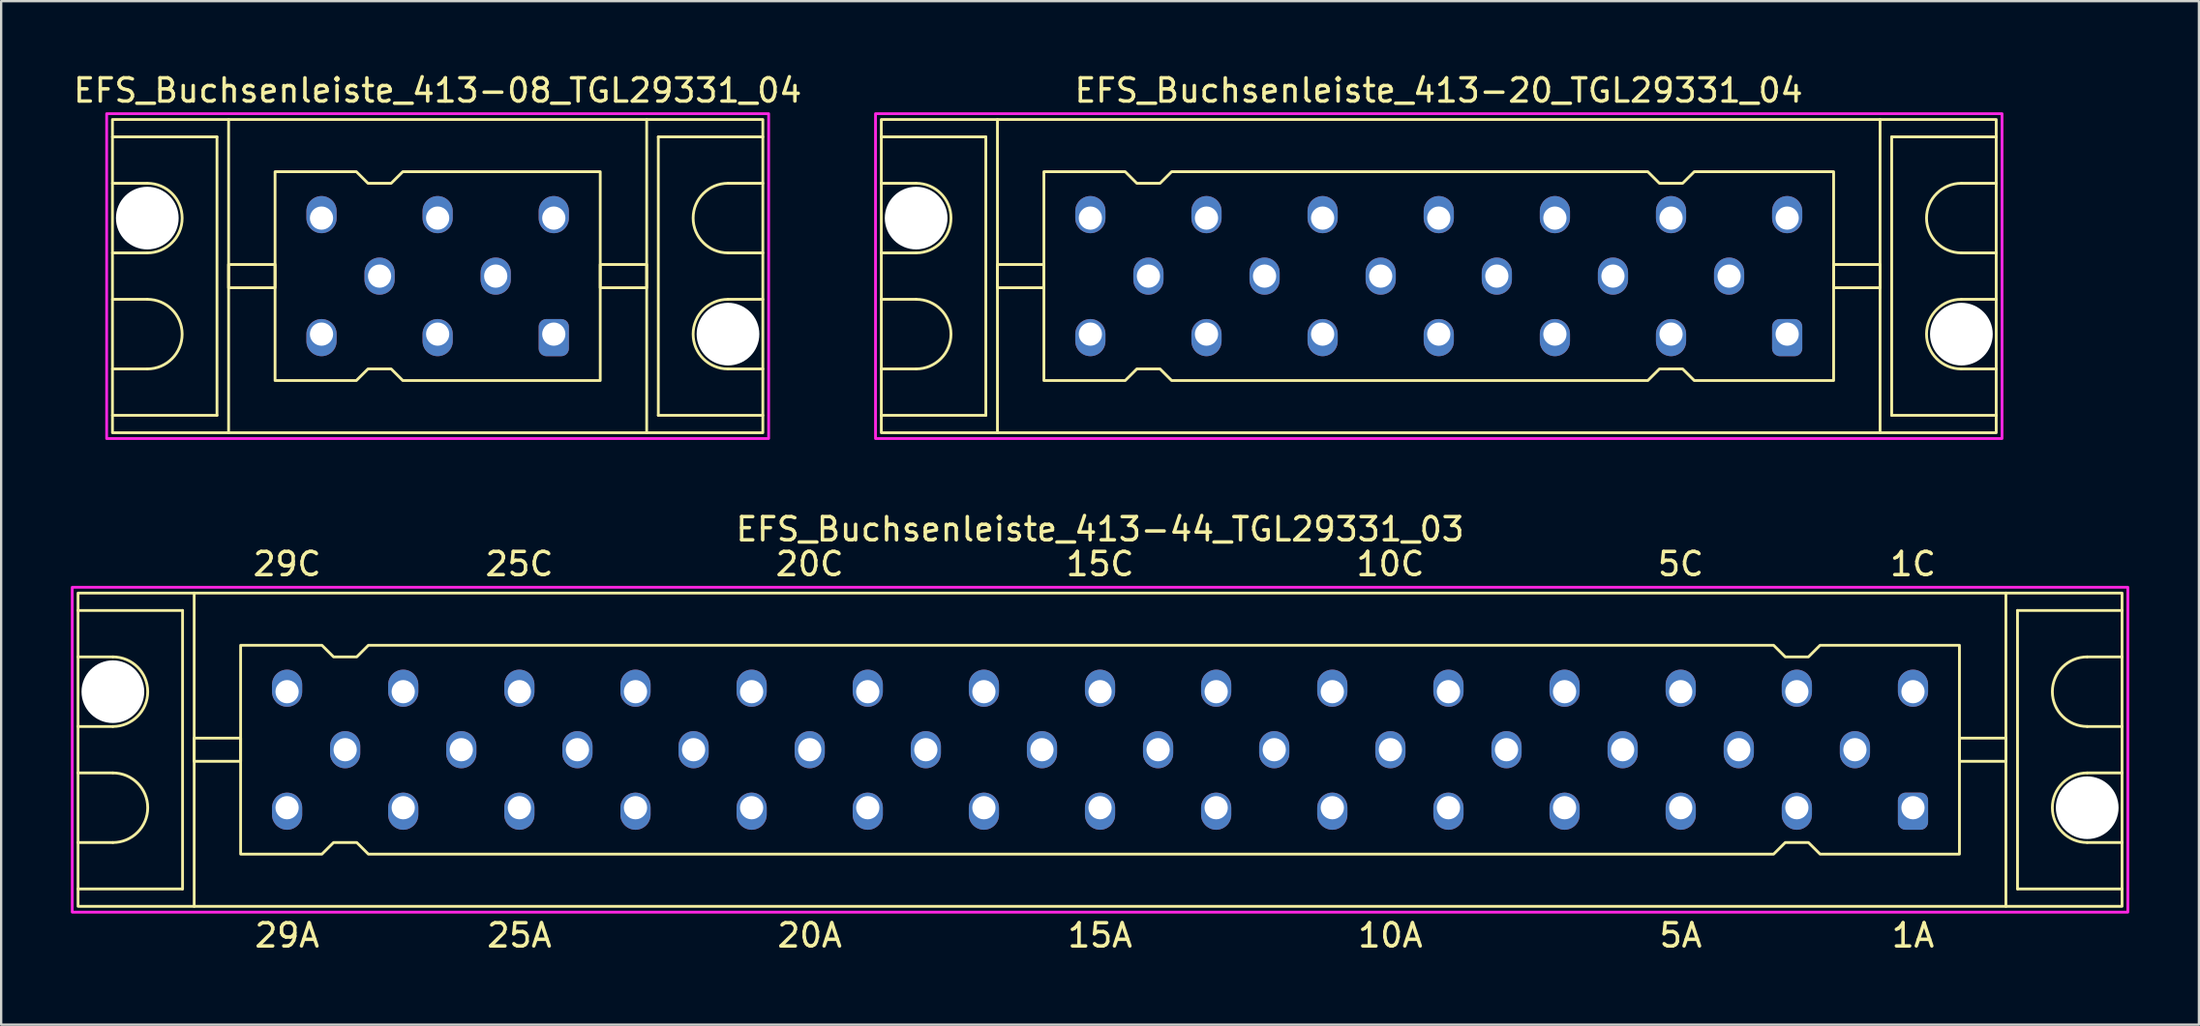
<source format=kicad_pcb>
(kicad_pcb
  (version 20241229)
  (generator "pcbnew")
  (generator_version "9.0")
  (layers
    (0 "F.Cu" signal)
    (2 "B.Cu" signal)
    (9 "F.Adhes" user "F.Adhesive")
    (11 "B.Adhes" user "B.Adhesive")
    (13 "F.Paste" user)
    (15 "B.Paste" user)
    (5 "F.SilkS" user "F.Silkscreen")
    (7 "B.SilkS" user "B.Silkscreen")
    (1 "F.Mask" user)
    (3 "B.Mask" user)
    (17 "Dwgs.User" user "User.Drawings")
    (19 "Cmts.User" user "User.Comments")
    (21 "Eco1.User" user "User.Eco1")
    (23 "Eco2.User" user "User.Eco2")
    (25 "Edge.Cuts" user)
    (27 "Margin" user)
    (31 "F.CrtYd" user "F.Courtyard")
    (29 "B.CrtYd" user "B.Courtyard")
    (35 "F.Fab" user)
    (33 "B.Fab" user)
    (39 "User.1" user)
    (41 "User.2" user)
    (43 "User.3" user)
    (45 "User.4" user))
  (footprint "EFS_Buchsenleiste_413-20_TGL29331_04"
    (layer "F.Cu")
    (at 58.893 8.848)
    (property "Reference" "EFS_Buchsenleiste_413-20_TGL29331_04" (at 0 -8 180) (layer "F.SilkS") (effects (font (size 1 1) (thickness 0.15))))
    (attr through_hole)
    (fp_line (start -24 -6) (end -19.5 -6) (stroke (width 0.12) (type solid)) (layer "F.SilkS"))
    (fp_line (start -22.5 -4) (end -24 -4) (stroke (width 0.12) (type solid)) (layer "F.SilkS"))
    (fp_line (start -22.5 -1) (end -24 -1) (stroke (width 0.12) (type solid)) (layer "F.SilkS"))
    (fp_line (start -22.5 1) (end -24 1) (stroke (width 0.12) (type solid)) (layer "F.SilkS"))
    (fp_line (start -22.5 4) (end -24 4) (stroke (width 0.12) (type solid)) (layer "F.SilkS"))
    (fp_line (start -19.5 -6) (end -19.5 6) (stroke (width 0.12) (type solid)) (layer "F.SilkS"))
    (fp_line (start -19.5 6) (end -24 6) (stroke (width 0.12) (type solid)) (layer "F.SilkS"))
    (fp_line (start -19 6.75) (end -19 -6.75) (stroke (width 0.12) (type solid)) (layer "F.SilkS"))
    (fp_line (start 19 6.75) (end 19 -6.75) (stroke (width 0.12) (type solid)) (layer "F.SilkS"))
    (fp_line (start 19.5 -6) (end 19.5 6) (stroke (width 0.12) (type solid)) (layer "F.SilkS"))
    (fp_line (start 19.5 6) (end 24 6) (stroke (width 0.12) (type solid)) (layer "F.SilkS"))
    (fp_line (start 22.5 -4) (end 24 -4) (stroke (width 0.12) (type solid)) (layer "F.SilkS"))
    (fp_line (start 22.5 -1) (end 24 -1) (stroke (width 0.12) (type solid)) (layer "F.SilkS"))
    (fp_line (start 22.5 1) (end 24 1) (stroke (width 0.12) (type solid)) (layer "F.SilkS"))
    (fp_line (start 22.5 4) (end 24 4) (stroke (width 0.12) (type solid)) (layer "F.SilkS"))
    (fp_line (start 24 -6) (end 19.5 -6) (stroke (width 0.12) (type solid)) (layer "F.SilkS"))
    (fp_rect (start -24 -6.75) (end 24 6.75) (stroke (width 0.12) (type solid)) (fill no) (layer "F.SilkS"))
    (fp_rect (start -19 -0.5) (end -17 0.5) (stroke (width 0.12) (type solid)) (fill no) (layer "F.SilkS"))
    (fp_rect (start 19 -0.5) (end 17 0.5) (stroke (width 0.12) (type solid)) (fill no) (layer "F.SilkS"))
    (fp_arc (start -22.5 -4) (mid -21 -2.5) (end -22.5 -1) (stroke (width 0.12) (type solid)) (layer "F.SilkS"))
    (fp_arc (start -22.5 1) (mid -21 2.5) (end -22.5 4) (stroke (width 0.12) (type solid)) (layer "F.SilkS"))
    (fp_arc (start 22.5 -1) (mid 21 -2.5) (end 22.5 -4) (stroke (width 0.12) (type solid)) (layer "F.SilkS"))
    (fp_arc (start 22.5 4) (mid 21 2.5) (end 22.5 1) (stroke (width 0.12) (type solid)) (layer "F.SilkS"))
    (fp_poly (pts (xy -13 -4) (xy -12 -4) (xy -11.5 -4.5) (xy 9 -4.5) (xy 9.5 -4) (xy 10.5 -4) (xy 11 -4.5) (xy 17 -4.5) (xy 17 4.5) (xy 11 4.5) (xy 10.5 4) (xy 9.5 4) (xy 9 4.5) (xy -11.5 4.5) (xy -12 4) (xy -13 4) (xy -13.5 4.5) (xy -17 4.5) (xy -17 -4.5) (xy -13.5 -4.5)) (stroke (width 0.12) (type solid)) (fill no) (layer "F.SilkS"))
    (fp_rect (start -24.25 -7) (end 24.25 7) (stroke (width 0.12) (type solid)) (fill no) (layer "F.CrtYd"))
    (pad "" np_thru_hole circle (at -22.5 -2.5) (size 2.7 2.7) (drill 2.7) (layers "*.Cu" "*.Mask"))
    (pad "" np_thru_hole circle (at 22.5 2.5) (size 2.7 2.7) (drill 2.7) (layers "*.Cu" "*.Mask"))
    (pad "1a" thru_hole roundrect (at 15 2.5 180) (size 1.3 1.6) (drill 1 (offset 0 -0.15)) (layers "*.Cu" "*.Mask") (roundrect_rratio 0.25))
    (pad "1c" thru_hole oval (at 15 -2.5 180) (size 1.3 1.6) (drill 1 (offset 0 0.15)) (layers "*.Cu" "*.Mask"))
    (pad "2b" thru_hole oval (at 12.5 0 180) (size 1.3 1.6) (drill 1) (layers "*.Cu" "*.Mask"))
    (pad "3a" thru_hole oval (at 10 2.5 180) (size 1.3 1.6) (drill 1 (offset 0 -0.15)) (layers "*.Cu" "*.Mask"))
    (pad "3c" thru_hole oval (at 10 -2.5 180) (size 1.3 1.6) (drill 1 (offset 0 0.15)) (layers "*.Cu" "*.Mask"))
    (pad "4b" thru_hole oval (at 7.5 0 180) (size 1.3 1.6) (drill 1) (layers "*.Cu" "*.Mask"))
    (pad "5a" thru_hole oval (at 5 2.5 180) (size 1.3 1.6) (drill 1 (offset 0 -0.15)) (layers "*.Cu" "*.Mask"))
    (pad "5c" thru_hole oval (at 5 -2.5 180) (size 1.3 1.6) (drill 1 (offset 0 0.15)) (layers "*.Cu" "*.Mask"))
    (pad "6b" thru_hole oval (at 2.5 0 180) (size 1.3 1.6) (drill 1) (layers "*.Cu" "*.Mask"))
    (pad "7a" thru_hole oval (at 0 2.5 180) (size 1.3 1.6) (drill 1 (offset 0 -0.15)) (layers "*.Cu" "*.Mask"))
    (pad "7c" thru_hole oval (at 0 -2.5 180) (size 1.3 1.6) (drill 1 (offset 0 0.15)) (layers "*.Cu" "*.Mask"))
    (pad "8b" thru_hole oval (at -2.5 0 180) (size 1.3 1.6) (drill 1) (layers "*.Cu" "*.Mask"))
    (pad "9a" thru_hole oval (at -5 2.5 180) (size 1.3 1.6) (drill 1 (offset 0 -0.15)) (layers "*.Cu" "*.Mask"))
    (pad "9c" thru_hole oval (at -5 -2.5 180) (size 1.3 1.6) (drill 1 (offset 0 0.15)) (layers "*.Cu" "*.Mask"))
    (pad "10b" thru_hole oval (at -7.5 0 180) (size 1.3 1.6) (drill 1) (layers "*.Cu" "*.Mask"))
    (pad "11a" thru_hole oval (at -10 2.5 180) (size 1.3 1.6) (drill 1 (offset 0 -0.15)) (layers "*.Cu" "*.Mask"))
    (pad "11c" thru_hole oval (at -10 -2.5 180) (size 1.3 1.6) (drill 1 (offset 0 0.15)) (layers "*.Cu" "*.Mask"))
    (pad "12b" thru_hole oval (at -12.5 0 180) (size 1.3 1.6) (drill 1) (layers "*.Cu" "*.Mask"))
    (pad "13a" thru_hole oval (at -15 2.5 180) (size 1.3 1.6) (drill 1 (offset 0 -0.15)) (layers "*.Cu" "*.Mask"))
    (pad "13c" thru_hole oval (at -15 -2.5 180) (size 1.3 1.6) (drill 1 (offset 0 0.15)) (layers "*.Cu" "*.Mask")))
  (footprint "EFS_Buchsenleiste_413-08_TGL29331_04"
    (layer "F.Cu")
    (at 15.792 8.848)
    (property "Reference" "EFS_Buchsenleiste_413-08_TGL29331_04" (at 0 -8 180) (layer "F.SilkS") (effects (font (size 1 1) (thickness 0.15))))
    (attr through_hole)
    (fp_line (start -14 -6) (end -9.5 -6) (stroke (width 0.12) (type solid)) (layer "F.SilkS"))
    (fp_line (start -12.5 -4) (end -14 -4) (stroke (width 0.12) (type solid)) (layer "F.SilkS"))
    (fp_line (start -12.5 -1) (end -14 -1) (stroke (width 0.12) (type solid)) (layer "F.SilkS"))
    (fp_line (start -12.5 1) (end -14 1) (stroke (width 0.12) (type solid)) (layer "F.SilkS"))
    (fp_line (start -12.5 4) (end -14 4) (stroke (width 0.12) (type solid)) (layer "F.SilkS"))
    (fp_line (start -9.5 -6) (end -9.5 6) (stroke (width 0.12) (type solid)) (layer "F.SilkS"))
    (fp_line (start -9.5 6) (end -14 6) (stroke (width 0.12) (type solid)) (layer "F.SilkS"))
    (fp_line (start -9 6.75) (end -9 -6.75) (stroke (width 0.12) (type solid)) (layer "F.SilkS"))
    (fp_line (start 9 6.75) (end 9 -6.75) (stroke (width 0.12) (type solid)) (layer "F.SilkS"))
    (fp_line (start 9.5 -6) (end 9.5 6) (stroke (width 0.12) (type solid)) (layer "F.SilkS"))
    (fp_line (start 9.5 6) (end 14 6) (stroke (width 0.12) (type solid)) (layer "F.SilkS"))
    (fp_line (start 12.5 -4) (end 14 -4) (stroke (width 0.12) (type solid)) (layer "F.SilkS"))
    (fp_line (start 12.5 -1) (end 14 -1) (stroke (width 0.12) (type solid)) (layer "F.SilkS"))
    (fp_line (start 12.5 1) (end 14 1) (stroke (width 0.12) (type solid)) (layer "F.SilkS"))
    (fp_line (start 12.5 4) (end 14 4) (stroke (width 0.12) (type solid)) (layer "F.SilkS"))
    (fp_line (start 14 -6) (end 9.5 -6) (stroke (width 0.12) (type solid)) (layer "F.SilkS"))
    (fp_rect (start -14 -6.75) (end 14 6.75) (stroke (width 0.12) (type solid)) (fill no) (layer "F.SilkS"))
    (fp_rect (start -9 -0.5) (end -7 0.5) (stroke (width 0.12) (type solid)) (fill no) (layer "F.SilkS"))
    (fp_rect (start 9 -0.5) (end 7 0.5) (stroke (width 0.12) (type solid)) (fill no) (layer "F.SilkS"))
    (fp_arc (start -12.5 -4) (mid -11 -2.5) (end -12.5 -1) (stroke (width 0.12) (type solid)) (layer "F.SilkS"))
    (fp_arc (start -12.5 1) (mid -11 2.5) (end -12.5 4) (stroke (width 0.12) (type solid)) (layer "F.SilkS"))
    (fp_arc (start 12.5 -1) (mid 11 -2.5) (end 12.5 -4) (stroke (width 0.12) (type solid)) (layer "F.SilkS"))
    (fp_arc (start 12.5 4) (mid 11 2.5) (end 12.5 1) (stroke (width 0.12) (type solid)) (layer "F.SilkS"))
    (fp_poly (pts (xy -3 -4) (xy -2 -4) (xy -1.5 -4.5) (xy 7 -4.5) (xy 7 4.5) (xy -1.5 4.5) (xy -2 4) (xy -3 4) (xy -3.5 4.5) (xy -7 4.5) (xy -7 -4.5) (xy -3.5 -4.5)) (stroke (width 0.12) (type solid)) (fill no) (layer "F.SilkS"))
    (fp_rect (start -14.25 -7) (end 14.25 7) (stroke (width 0.12) (type solid)) (fill no) (layer "F.CrtYd"))
    (pad "" np_thru_hole circle (at -12.5 -2.5) (size 2.7 2.7) (drill 2.7) (layers "*.Cu" "*.Mask"))
    (pad "" np_thru_hole circle (at 12.5 2.5) (size 2.7 2.7) (drill 2.7) (layers "*.Cu" "*.Mask"))
    (pad "1a" thru_hole roundrect (at 5 2.5 180) (size 1.3 1.6) (drill 1 (offset 0 -0.15)) (layers "*.Cu" "*.Mask") (roundrect_rratio 0.25))
    (pad "1c" thru_hole oval (at 5 -2.5 180) (size 1.3 1.6) (drill 1 (offset 0 0.15)) (layers "*.Cu" "*.Mask"))
    (pad "2b" thru_hole oval (at 2.5 0 180) (size 1.3 1.6) (drill 1) (layers "*.Cu" "*.Mask"))
    (pad "3a" thru_hole oval (at 0 2.5 180) (size 1.3 1.6) (drill 1 (offset 0 -0.15)) (layers "*.Cu" "*.Mask"))
    (pad "3c" thru_hole oval (at 0 -2.5 180) (size 1.3 1.6) (drill 1 (offset 0 0.15)) (layers "*.Cu" "*.Mask"))
    (pad "4b" thru_hole oval (at -2.5 0 180) (size 1.3 1.6) (drill 1) (layers "*.Cu" "*.Mask"))
    (pad "5a" thru_hole oval (at -5 2.5 180) (size 1.3 1.6) (drill 1 (offset 0 -0.15)) (layers "*.Cu" "*.Mask"))
    (pad "5c" thru_hole oval (at -5 -2.5 180) (size 1.3 1.6) (drill 1 (offset 0 0.15)) (layers "*.Cu" "*.Mask")))
  (footprint "EFS_Buchsenleiste_413-44_TGL29331_03"
    (layer "F.Cu")
    (at 44.31 29.256)
    (property "Reference" "EFS_Buchsenleiste_413-44_TGL29331_03" (at 0 -9.5 180) (layer "F.SilkS") (effects (font (size 1 1) (thickness 0.15))))
    (attr through_hole)
    (fp_line (start -44 -6) (end -39.5 -6) (stroke (width 0.12) (type solid)) (layer "F.SilkS"))
    (fp_line (start -42.5 -4) (end -44 -4) (stroke (width 0.12) (type solid)) (layer "F.SilkS"))
    (fp_line (start -42.5 -1) (end -44 -1) (stroke (width 0.12) (type solid)) (layer "F.SilkS"))
    (fp_line (start -42.5 1) (end -44 1) (stroke (width 0.12) (type solid)) (layer "F.SilkS"))
    (fp_line (start -42.5 4) (end -44 4) (stroke (width 0.12) (type solid)) (layer "F.SilkS"))
    (fp_line (start -39.5 -6) (end -39.5 6) (stroke (width 0.12) (type solid)) (layer "F.SilkS"))
    (fp_line (start -39.5 6) (end -44 6) (stroke (width 0.12) (type solid)) (layer "F.SilkS"))
    (fp_line (start -39 6.75) (end -39 -6.75) (stroke (width 0.12) (type solid)) (layer "F.SilkS"))
    (fp_line (start 39 6.75) (end 39 -6.75) (stroke (width 0.12) (type solid)) (layer "F.SilkS"))
    (fp_line (start 39.5 -6) (end 39.5 6) (stroke (width 0.12) (type solid)) (layer "F.SilkS"))
    (fp_line (start 39.5 6) (end 44 6) (stroke (width 0.12) (type solid)) (layer "F.SilkS"))
    (fp_line (start 42.5 -4) (end 44 -4) (stroke (width 0.12) (type solid)) (layer "F.SilkS"))
    (fp_line (start 42.5 -1) (end 44 -1) (stroke (width 0.12) (type solid)) (layer "F.SilkS"))
    (fp_line (start 42.5 1) (end 44 1) (stroke (width 0.12) (type solid)) (layer "F.SilkS"))
    (fp_line (start 42.5 4) (end 44 4) (stroke (width 0.12) (type solid)) (layer "F.SilkS"))
    (fp_line (start 44 -6) (end 39.5 -6) (stroke (width 0.12) (type solid)) (layer "F.SilkS"))
    (fp_rect (start -44 -6.75) (end 44 6.75) (stroke (width 0.12) (type solid)) (fill no) (layer "F.SilkS"))
    (fp_rect (start -39 -0.5) (end -37 0.5) (stroke (width 0.12) (type solid)) (fill no) (layer "F.SilkS"))
    (fp_rect (start 39 -0.5) (end 37 0.5) (stroke (width 0.12) (type solid)) (fill no) (layer "F.SilkS"))
    (fp_arc (start -42.5 -4) (mid -41 -2.5) (end -42.5 -1) (stroke (width 0.12) (type solid)) (layer "F.SilkS"))
    (fp_arc (start -42.5 1) (mid -41 2.5) (end -42.5 4) (stroke (width 0.12) (type solid)) (layer "F.SilkS"))
    (fp_arc (start 42.5 -1) (mid 41 -2.5) (end 42.5 -4) (stroke (width 0.12) (type solid)) (layer "F.SilkS"))
    (fp_arc (start 42.5 4) (mid 41 2.5) (end 42.5 1) (stroke (width 0.12) (type solid)) (layer "F.SilkS"))
    (fp_poly (pts (xy -33 -4) (xy -32 -4) (xy -31.5 -4.5) (xy 29 -4.5) (xy 29.5 -4) (xy 30.5 -4) (xy 31 -4.5) (xy 37 -4.5) (xy 37 4.5) (xy 31 4.5) (xy 30.5 4) (xy 29.5 4) (xy 29 4.5) (xy -31.5 4.5) (xy -32 4) (xy -33 4) (xy -33.5 4.5) (xy -37 4.5) (xy -37 -4.5) (xy -33.5 -4.5)) (stroke (width 0.12) (type solid)) (fill no) (layer "F.SilkS"))
    (fp_rect (start -44.25 -7) (end 44.25 7) (stroke (width 0.12) (type solid)) (fill no) (layer "F.CrtYd"))
    (fp_text user "25C" (at -25 -8 180) (layer "F.SilkS") (effects (font (size 1 1) (thickness 0.15))))
    (fp_text user "1A" (at 35 8 180) (layer "F.SilkS") (effects (font (size 1 1) (thickness 0.15))))
    (fp_text user "5C" (at 25 -8 180) (layer "F.SilkS") (effects (font (size 1 1) (thickness 0.15))))
    (fp_text user "29A" (at -35 8 180) (layer "F.SilkS") (effects (font (size 1 1) (thickness 0.15))))
    (fp_text user "1C" (at 35 -8 180) (layer "F.SilkS") (effects (font (size 1 1) (thickness 0.15))))
    (fp_text user "5A" (at 25 8 180) (layer "F.SilkS") (effects (font (size 1 1) (thickness 0.15))))
    (fp_text user "29C" (at -35 -8 180) (layer "F.SilkS") (effects (font (size 1 1) (thickness 0.15))))
    (fp_text user "10A" (at 12.5 8 180) (layer "F.SilkS") (effects (font (size 1 1) (thickness 0.15))))
    (fp_text user "25A" (at -25 8 180) (layer "F.SilkS") (effects (font (size 1 1) (thickness 0.15))))
    (fp_text user "15C" (at 0 -8 180) (layer "F.SilkS") (effects (font (size 1 1) (thickness 0.15))))
    (fp_text user "10C" (at 12.5 -8 180) (layer "F.SilkS") (effects (font (size 1 1) (thickness 0.15))))
    (fp_text user "15A" (at 0 8 180) (layer "F.SilkS") (effects (font (size 1 1) (thickness 0.15))))
    (fp_text user "20A" (at -12.5 8 180) (layer "F.SilkS") (effects (font (size 1 1) (thickness 0.15))))
    (fp_text user "20C" (at -12.5 -8 180) (layer "F.SilkS") (effects (font (size 1 1) (thickness 0.15))))
    (pad "" np_thru_hole circle (at -42.5 -2.5) (size 2.7 2.7) (drill 2.7) (layers "*.Cu" "*.Mask"))
    (pad "" np_thru_hole circle (at 42.5 2.5) (size 2.7 2.7) (drill 2.7) (layers "*.Cu" "*.Mask"))
    (pad "1a" thru_hole roundrect (at 35 2.5 180) (size 1.3 1.6) (drill 1 (offset 0 -0.15)) (layers "*.Cu" "*.Mask") (roundrect_rratio 0.25))
    (pad "1c" thru_hole oval (at 35 -2.5 180) (size 1.3 1.6) (drill 1 (offset 0 0.15)) (layers "*.Cu" "*.Mask"))
    (pad "2b" thru_hole oval (at 32.5 0 180) (size 1.3 1.6) (drill 1) (layers "*.Cu" "*.Mask"))
    (pad "3a" thru_hole oval (at 30 2.5 180) (size 1.3 1.6) (drill 1 (offset 0 -0.15)) (layers "*.Cu" "*.Mask"))
    (pad "3c" thru_hole oval (at 30 -2.5 180) (size 1.3 1.6) (drill 1 (offset 0 0.15)) (layers "*.Cu" "*.Mask"))
    (pad "4b" thru_hole oval (at 27.5 0 180) (size 1.3 1.6) (drill 1) (layers "*.Cu" "*.Mask"))
    (pad "5a" thru_hole oval (at 25 2.5 180) (size 1.3 1.6) (drill 1 (offset 0 -0.15)) (layers "*.Cu" "*.Mask"))
    (pad "5c" thru_hole oval (at 25 -2.5 180) (size 1.3 1.6) (drill 1 (offset 0 0.15)) (layers "*.Cu" "*.Mask"))
    (pad "6b" thru_hole oval (at 22.5 0 180) (size 1.3 1.6) (drill 1) (layers "*.Cu" "*.Mask"))
    (pad "7a" thru_hole oval (at 20 2.5 180) (size 1.3 1.6) (drill 1 (offset 0 -0.15)) (layers "*.Cu" "*.Mask"))
    (pad "7c" thru_hole oval (at 20 -2.5 180) (size 1.3 1.6) (drill 1 (offset 0 0.15)) (layers "*.Cu" "*.Mask"))
    (pad "8b" thru_hole oval (at 17.5 0 180) (size 1.3 1.6) (drill 1) (layers "*.Cu" "*.Mask"))
    (pad "9a" thru_hole oval (at 15 2.5 180) (size 1.3 1.6) (drill 1 (offset 0 -0.15)) (layers "*.Cu" "*.Mask"))
    (pad "9c" thru_hole oval (at 15 -2.5 180) (size 1.3 1.6) (drill 1 (offset 0 0.15)) (layers "*.Cu" "*.Mask"))
    (pad "10b" thru_hole oval (at 12.5 0 180) (size 1.3 1.6) (drill 1) (layers "*.Cu" "*.Mask"))
    (pad "11a" thru_hole oval (at 10 2.5 180) (size 1.3 1.6) (drill 1 (offset 0 -0.15)) (layers "*.Cu" "*.Mask"))
    (pad "11c" thru_hole oval (at 10 -2.5 180) (size 1.3 1.6) (drill 1 (offset 0 0.15)) (layers "*.Cu" "*.Mask"))
    (pad "12b" thru_hole oval (at 7.5 0 180) (size 1.3 1.6) (drill 1) (layers "*.Cu" "*.Mask"))
    (pad "13a" thru_hole oval (at 5 2.5 180) (size 1.3 1.6) (drill 1 (offset 0 -0.15)) (layers "*.Cu" "*.Mask"))
    (pad "13c" thru_hole oval (at 5 -2.5 180) (size 1.3 1.6) (drill 1 (offset 0 0.15)) (layers "*.Cu" "*.Mask"))
    (pad "14b" thru_hole oval (at 2.5 0 180) (size 1.3 1.6) (drill 1) (layers "*.Cu" "*.Mask"))
    (pad "15a" thru_hole oval (at 0 2.5 180) (size 1.3 1.6) (drill 1 (offset 0 -0.15)) (layers "*.Cu" "*.Mask"))
    (pad "15c" thru_hole oval (at 0 -2.5 180) (size 1.3 1.6) (drill 1 (offset 0 0.15)) (layers "*.Cu" "*.Mask"))
    (pad "16b" thru_hole oval (at -2.5 0 180) (size 1.3 1.6) (drill 1) (layers "*.Cu" "*.Mask"))
    (pad "17a" thru_hole oval (at -5 2.5 180) (size 1.3 1.6) (drill 1 (offset 0 -0.15)) (layers "*.Cu" "*.Mask"))
    (pad "17c" thru_hole oval (at -5 -2.5 180) (size 1.3 1.6) (drill 1 (offset 0 0.15)) (layers "*.Cu" "*.Mask"))
    (pad "18b" thru_hole oval (at -7.5 0 180) (size 1.3 1.6) (drill 1) (layers "*.Cu" "*.Mask"))
    (pad "19a" thru_hole oval (at -10 2.5 180) (size 1.3 1.6) (drill 1 (offset 0 -0.15)) (layers "*.Cu" "*.Mask"))
    (pad "19c" thru_hole oval (at -10 -2.5 180) (size 1.3 1.6) (drill 1 (offset 0 0.15)) (layers "*.Cu" "*.Mask"))
    (pad "20b" thru_hole oval (at -12.5 0 180) (size 1.3 1.6) (drill 1) (layers "*.Cu" "*.Mask"))
    (pad "21a" thru_hole oval (at -15 2.5 180) (size 1.3 1.6) (drill 1 (offset 0 -0.15)) (layers "*.Cu" "*.Mask"))
    (pad "21c" thru_hole oval (at -15 -2.5 180) (size 1.3 1.6) (drill 1 (offset 0 0.15)) (layers "*.Cu" "*.Mask"))
    (pad "22b" thru_hole oval (at -17.5 0 180) (size 1.3 1.6) (drill 1) (layers "*.Cu" "*.Mask"))
    (pad "23a" thru_hole oval (at -20 2.5 180) (size 1.3 1.6) (drill 1 (offset 0 -0.15)) (layers "*.Cu" "*.Mask"))
    (pad "23c" thru_hole oval (at -20 -2.5 180) (size 1.3 1.6) (drill 1 (offset 0 0.15)) (layers "*.Cu" "*.Mask"))
    (pad "24b" thru_hole oval (at -22.5 0 180) (size 1.3 1.6) (drill 1) (layers "*.Cu" "*.Mask"))
    (pad "25a" thru_hole oval (at -25 2.5 180) (size 1.3 1.6) (drill 1 (offset 0 -0.15)) (layers "*.Cu" "*.Mask"))
    (pad "25c" thru_hole oval (at -25 -2.5 180) (size 1.3 1.6) (drill 1 (offset 0 0.15)) (layers "*.Cu" "*.Mask"))
    (pad "26b" thru_hole oval (at -27.5 0 180) (size 1.3 1.6) (drill 1) (layers "*.Cu" "*.Mask"))
    (pad "27a" thru_hole oval (at -30 2.5 180) (size 1.3 1.6) (drill 1 (offset 0 -0.15)) (layers "*.Cu" "*.Mask"))
    (pad "27c" thru_hole oval (at -30 -2.5 180) (size 1.3 1.6) (drill 1 (offset 0 0.15)) (layers "*.Cu" "*.Mask"))
    (pad "28b" thru_hole oval (at -32.5 0 180) (size 1.3 1.6) (drill 1) (layers "*.Cu" "*.Mask"))
    (pad "29a" thru_hole oval (at -35 2.5 180) (size 1.3 1.6) (drill 1 (offset 0 -0.15)) (layers "*.Cu" "*.Mask"))
    (pad "29c" thru_hole oval (at -35 -2.5 180) (size 1.3 1.6) (drill 1 (offset 0 0.15)) (layers "*.Cu" "*.Mask")))
  (gr_rect
    (start -3 -3)
    (end 91.62 41.105)
    (stroke (width 0.1) (type default))
    (fill no)
    (layer "Edge.Cuts")))
</source>
